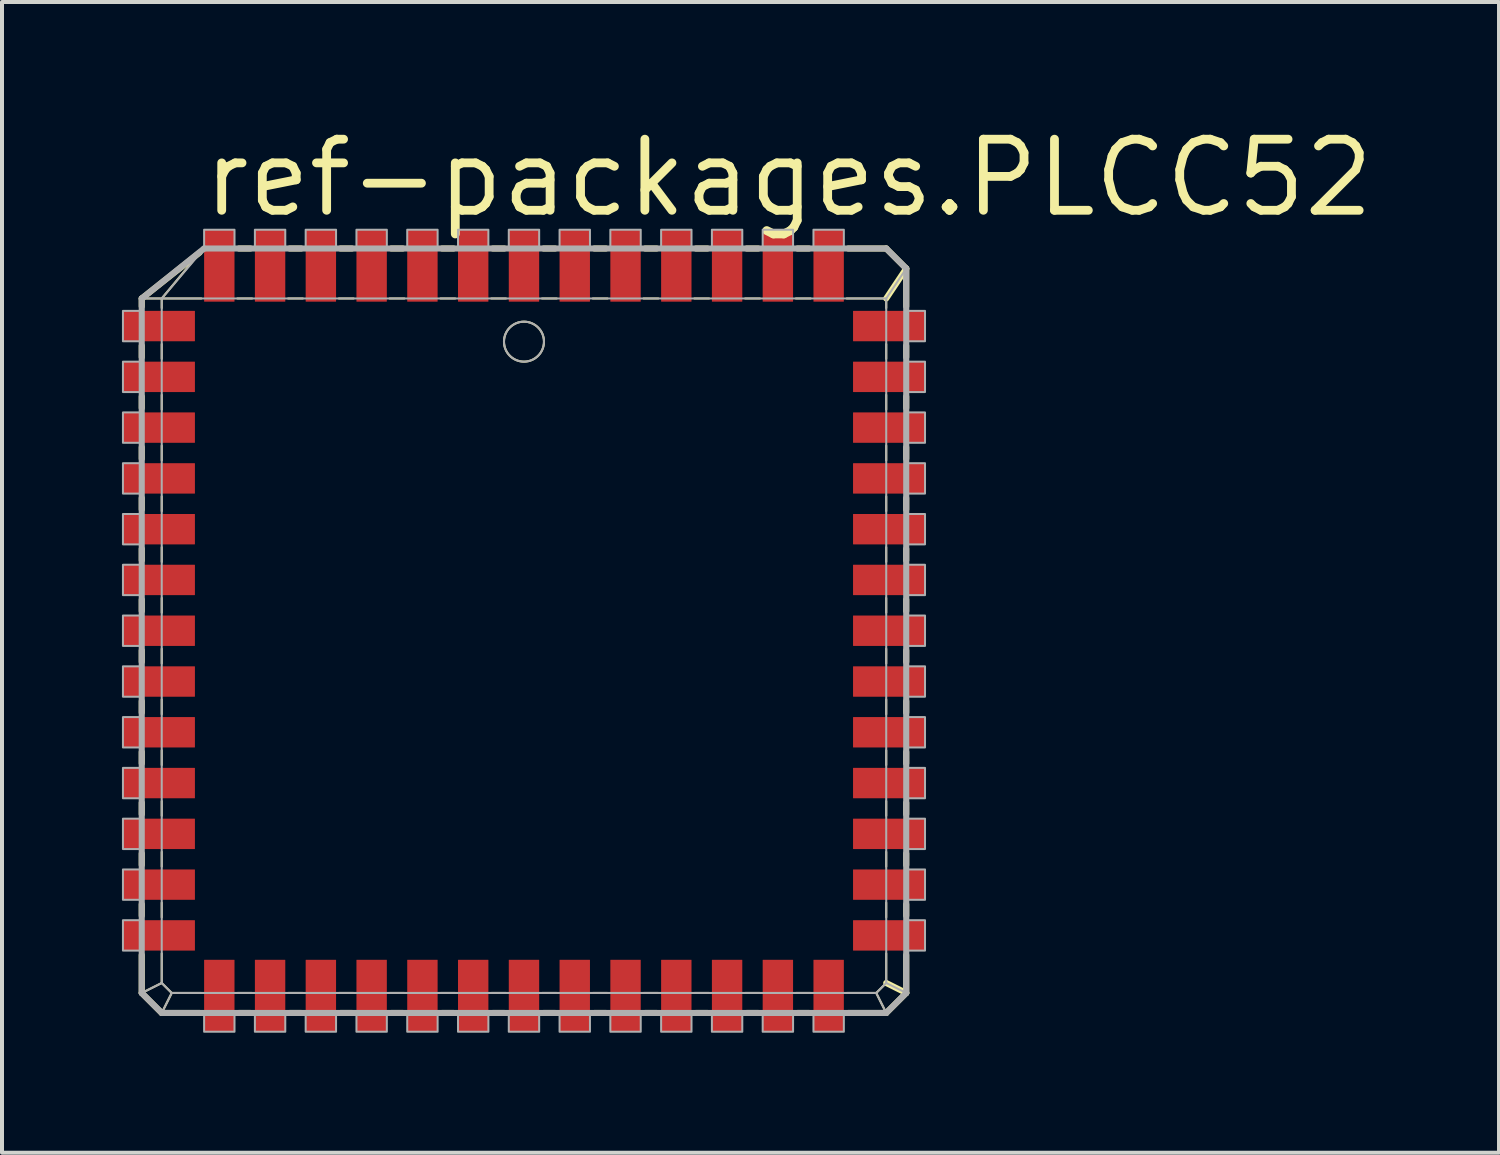
<source format=kicad_pcb>
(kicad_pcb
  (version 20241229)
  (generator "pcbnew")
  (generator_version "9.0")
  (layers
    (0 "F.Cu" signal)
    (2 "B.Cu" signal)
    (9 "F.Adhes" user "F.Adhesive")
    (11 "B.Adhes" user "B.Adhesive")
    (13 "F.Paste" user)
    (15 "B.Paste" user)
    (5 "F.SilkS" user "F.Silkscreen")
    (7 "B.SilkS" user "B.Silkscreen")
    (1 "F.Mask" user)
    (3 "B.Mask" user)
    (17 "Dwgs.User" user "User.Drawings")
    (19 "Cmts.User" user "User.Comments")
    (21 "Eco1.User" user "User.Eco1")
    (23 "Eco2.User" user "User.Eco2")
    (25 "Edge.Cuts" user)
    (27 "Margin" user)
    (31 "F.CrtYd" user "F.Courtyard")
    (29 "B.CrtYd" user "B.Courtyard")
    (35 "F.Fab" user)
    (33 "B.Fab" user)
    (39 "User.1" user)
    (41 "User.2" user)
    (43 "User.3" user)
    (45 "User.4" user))
  (footprint "ref-packages.PLCC52"
    (layer "F.Cu")
    (at 10.055 12.725)
    (property "Reference" "ref-packages.PLCC52" (at -8.128 -10.287 0) (layer "F.SilkS") (effects (font (size 1.778 1.778) (thickness 0.22)) (justify left bottom)))
    (attr smd)
    (fp_line (start -9.56 -8.31) (end -9.06 -8.31) (stroke (width 0.051) (type default)) (layer "F.SilkS"))
    (fp_line (start -9.56 -8.31) (end -8.111 -9.459) (stroke (width 0.152) (type default)) (layer "F.SilkS"))
    (fp_line (start -9.56 -8.111) (end -9.56 -8.31) (stroke (width 0.152) (type default)) (layer "F.SilkS"))
    (fp_line (start -9.56 -6.841) (end -9.56 -7.129) (stroke (width 0.152) (type default)) (layer "F.SilkS"))
    (fp_line (start -9.56 -5.571) (end -9.56 -5.859) (stroke (width 0.152) (type default)) (layer "F.SilkS"))
    (fp_line (start -9.56 -4.301) (end -9.56 -4.589) (stroke (width 0.152) (type default)) (layer "F.SilkS"))
    (fp_line (start -9.56 -3.031) (end -9.56 -3.319) (stroke (width 0.152) (type default)) (layer "F.SilkS"))
    (fp_line (start -9.56 -1.761) (end -9.56 -2.049) (stroke (width 0.152) (type default)) (layer "F.SilkS"))
    (fp_line (start -9.56 -0.491) (end -9.56 -0.779) (stroke (width 0.152) (type default)) (layer "F.SilkS"))
    (fp_line (start -9.56 0.779) (end -9.56 0.491) (stroke (width 0.152) (type default)) (layer "F.SilkS"))
    (fp_line (start -9.56 2.049) (end -9.56 1.761) (stroke (width 0.152) (type default)) (layer "F.SilkS"))
    (fp_line (start -9.56 3.319) (end -9.56 3.031) (stroke (width 0.152) (type default)) (layer "F.SilkS"))
    (fp_line (start -9.56 4.589) (end -9.56 4.301) (stroke (width 0.152) (type default)) (layer "F.SilkS"))
    (fp_line (start -9.56 5.859) (end -9.56 5.571) (stroke (width 0.152) (type default)) (layer "F.SilkS"))
    (fp_line (start -9.56 7.129) (end -9.56 6.841) (stroke (width 0.152) (type default)) (layer "F.SilkS"))
    (fp_line (start -9.56 9.06) (end -9.56 8.111) (stroke (width 0.152) (type default)) (layer "F.SilkS"))
    (fp_line (start -9.56 9.06) (end -9.06 8.81) (stroke (width 0.051) (type default)) (layer "F.SilkS"))
    (fp_line (start -9.06 -8.31) (end -8.122 -9.438) (stroke (width 0.051) (type default)) (layer "F.SilkS"))
    (fp_line (start -9.06 -8.31) (end -8.071 -8.31) (stroke (width 0.051) (type default)) (layer "F.SilkS"))
    (fp_line (start -9.06 -8.071) (end -9.06 -8.31) (stroke (width 0.051) (type default)) (layer "F.SilkS"))
    (fp_line (start -9.06 -6.801) (end -9.06 -7.169) (stroke (width 0.051) (type default)) (layer "F.SilkS"))
    (fp_line (start -9.06 -5.531) (end -9.06 -5.899) (stroke (width 0.051) (type default)) (layer "F.SilkS"))
    (fp_line (start -9.06 -4.261) (end -9.06 -4.629) (stroke (width 0.051) (type default)) (layer "F.SilkS"))
    (fp_line (start -9.06 -2.991) (end -9.06 -3.359) (stroke (width 0.051) (type default)) (layer "F.SilkS"))
    (fp_line (start -9.06 -1.721) (end -9.06 -2.089) (stroke (width 0.051) (type default)) (layer "F.SilkS"))
    (fp_line (start -9.06 -0.451) (end -9.06 -0.819) (stroke (width 0.051) (type default)) (layer "F.SilkS"))
    (fp_line (start -9.06 0.819) (end -9.06 0.451) (stroke (width 0.051) (type default)) (layer "F.SilkS"))
    (fp_line (start -9.06 2.089) (end -9.06 1.721) (stroke (width 0.051) (type default)) (layer "F.SilkS"))
    (fp_line (start -9.06 3.359) (end -9.06 2.991) (stroke (width 0.051) (type default)) (layer "F.SilkS"))
    (fp_line (start -9.06 4.629) (end -9.06 4.261) (stroke (width 0.051) (type default)) (layer "F.SilkS"))
    (fp_line (start -9.06 5.899) (end -9.06 5.531) (stroke (width 0.051) (type default)) (layer "F.SilkS"))
    (fp_line (start -9.06 7.169) (end -9.06 6.801) (stroke (width 0.051) (type default)) (layer "F.SilkS"))
    (fp_line (start -9.06 8.81) (end -9.06 8.071) (stroke (width 0.051) (type default)) (layer "F.SilkS"))
    (fp_line (start -9.06 9.56) (end -9.56 9.06) (stroke (width 0.152) (type default)) (layer "F.SilkS"))
    (fp_line (start -9.06 9.56) (end -8.81 9.06) (stroke (width 0.051) (type default)) (layer "F.SilkS"))
    (fp_line (start -8.81 9.06) (end -9.06 8.81) (stroke (width 0.051) (type default)) (layer "F.SilkS"))
    (fp_line (start -8.111 9.56) (end -9.06 9.56) (stroke (width 0.152) (type default)) (layer "F.SilkS"))
    (fp_line (start -8.071 9.06) (end -8.81 9.06) (stroke (width 0.051) (type default)) (layer "F.SilkS"))
    (fp_line (start -7.169 -8.31) (end -6.801 -8.31) (stroke (width 0.051) (type default)) (layer "F.SilkS"))
    (fp_line (start -7.129 -9.56) (end -6.841 -9.56) (stroke (width 0.152) (type default)) (layer "F.SilkS"))
    (fp_line (start -6.841 9.56) (end -7.129 9.56) (stroke (width 0.152) (type default)) (layer "F.SilkS"))
    (fp_line (start -6.801 9.06) (end -7.169 9.06) (stroke (width 0.051) (type default)) (layer "F.SilkS"))
    (fp_line (start -5.899 -8.31) (end -5.531 -8.31) (stroke (width 0.051) (type default)) (layer "F.SilkS"))
    (fp_line (start -5.859 -9.56) (end -5.571 -9.56) (stroke (width 0.152) (type default)) (layer "F.SilkS"))
    (fp_line (start -5.571 9.56) (end -5.859 9.56) (stroke (width 0.152) (type default)) (layer "F.SilkS"))
    (fp_line (start -5.531 9.06) (end -5.899 9.06) (stroke (width 0.051) (type default)) (layer "F.SilkS"))
    (fp_line (start -4.629 -8.31) (end -4.261 -8.31) (stroke (width 0.051) (type default)) (layer "F.SilkS"))
    (fp_line (start -4.589 -9.56) (end -4.301 -9.56) (stroke (width 0.152) (type default)) (layer "F.SilkS"))
    (fp_line (start -4.301 9.56) (end -4.589 9.56) (stroke (width 0.152) (type default)) (layer "F.SilkS"))
    (fp_line (start -4.261 9.06) (end -4.629 9.06) (stroke (width 0.051) (type default)) (layer "F.SilkS"))
    (fp_line (start -3.359 -8.31) (end -2.991 -8.31) (stroke (width 0.051) (type default)) (layer "F.SilkS"))
    (fp_line (start -3.319 -9.56) (end -3.031 -9.56) (stroke (width 0.152) (type default)) (layer "F.SilkS"))
    (fp_line (start -3.031 9.56) (end -3.319 9.56) (stroke (width 0.152) (type default)) (layer "F.SilkS"))
    (fp_line (start -2.991 9.06) (end -3.359 9.06) (stroke (width 0.051) (type default)) (layer "F.SilkS"))
    (fp_line (start -2.089 -8.31) (end -1.721 -8.31) (stroke (width 0.051) (type default)) (layer "F.SilkS"))
    (fp_line (start -2.049 -9.56) (end -1.761 -9.56) (stroke (width 0.152) (type default)) (layer "F.SilkS"))
    (fp_line (start -1.761 9.56) (end -2.049 9.56) (stroke (width 0.152) (type default)) (layer "F.SilkS"))
    (fp_line (start -1.721 9.06) (end -2.089 9.06) (stroke (width 0.051) (type default)) (layer "F.SilkS"))
    (fp_line (start -0.819 -8.31) (end -0.451 -8.31) (stroke (width 0.051) (type default)) (layer "F.SilkS"))
    (fp_line (start -0.779 -9.56) (end -0.491 -9.56) (stroke (width 0.152) (type default)) (layer "F.SilkS"))
    (fp_line (start -0.491 9.56) (end -0.779 9.56) (stroke (width 0.152) (type default)) (layer "F.SilkS"))
    (fp_line (start -0.451 9.06) (end -0.819 9.06) (stroke (width 0.051) (type default)) (layer "F.SilkS"))
    (fp_line (start 0.451 -8.31) (end 0.819 -8.31) (stroke (width 0.051) (type default)) (layer "F.SilkS"))
    (fp_line (start 0.491 -9.56) (end 0.779 -9.56) (stroke (width 0.152) (type default)) (layer "F.SilkS"))
    (fp_line (start 0.779 9.56) (end 0.491 9.56) (stroke (width 0.152) (type default)) (layer "F.SilkS"))
    (fp_line (start 0.819 9.06) (end 0.451 9.06) (stroke (width 0.051) (type default)) (layer "F.SilkS"))
    (fp_line (start 1.721 -8.31) (end 2.089 -8.31) (stroke (width 0.051) (type default)) (layer "F.SilkS"))
    (fp_line (start 1.761 -9.56) (end 2.049 -9.56) (stroke (width 0.152) (type default)) (layer "F.SilkS"))
    (fp_line (start 2.049 9.56) (end 1.761 9.56) (stroke (width 0.152) (type default)) (layer "F.SilkS"))
    (fp_line (start 2.089 9.06) (end 1.721 9.06) (stroke (width 0.051) (type default)) (layer "F.SilkS"))
    (fp_line (start 2.991 -8.31) (end 3.359 -8.31) (stroke (width 0.051) (type default)) (layer "F.SilkS"))
    (fp_line (start 3.031 -9.56) (end 3.319 -9.56) (stroke (width 0.152) (type default)) (layer "F.SilkS"))
    (fp_line (start 3.319 9.56) (end 3.031 9.56) (stroke (width 0.152) (type default)) (layer "F.SilkS"))
    (fp_line (start 3.359 9.06) (end 2.991 9.06) (stroke (width 0.051) (type default)) (layer "F.SilkS"))
    (fp_line (start 4.261 -8.31) (end 4.629 -8.31) (stroke (width 0.051) (type default)) (layer "F.SilkS"))
    (fp_line (start 4.301 -9.56) (end 4.589 -9.56) (stroke (width 0.152) (type default)) (layer "F.SilkS"))
    (fp_line (start 4.589 9.56) (end 4.301 9.56) (stroke (width 0.152) (type default)) (layer "F.SilkS"))
    (fp_line (start 4.629 9.06) (end 4.261 9.06) (stroke (width 0.051) (type default)) (layer "F.SilkS"))
    (fp_line (start 5.531 -8.31) (end 5.899 -8.31) (stroke (width 0.051) (type default)) (layer "F.SilkS"))
    (fp_line (start 5.571 -9.56) (end 5.859 -9.56) (stroke (width 0.152) (type default)) (layer "F.SilkS"))
    (fp_line (start 5.859 9.56) (end 5.571 9.56) (stroke (width 0.152) (type default)) (layer "F.SilkS"))
    (fp_line (start 5.899 9.06) (end 5.531 9.06) (stroke (width 0.051) (type default)) (layer "F.SilkS"))
    (fp_line (start 6.801 -8.31) (end 7.169 -8.31) (stroke (width 0.051) (type default)) (layer "F.SilkS"))
    (fp_line (start 6.841 -9.56) (end 7.129 -9.56) (stroke (width 0.152) (type default)) (layer "F.SilkS"))
    (fp_line (start 7.129 9.56) (end 6.841 9.56) (stroke (width 0.152) (type default)) (layer "F.SilkS"))
    (fp_line (start 7.169 9.06) (end 6.801 9.06) (stroke (width 0.051) (type default)) (layer "F.SilkS"))
    (fp_line (start 8.071 -8.31) (end 9.06 -8.31) (stroke (width 0.051) (type default)) (layer "F.SilkS"))
    (fp_line (start 8.111 -9.56) (end 9.06 -9.56) (stroke (width 0.152) (type default)) (layer "F.SilkS"))
    (fp_line (start 8.81 9.06) (end 8.071 9.06) (stroke (width 0.051) (type default)) (layer "F.SilkS"))
    (fp_line (start 8.81 9.06) (end 9.06 9.56) (stroke (width 0.051) (type default)) (layer "F.SilkS"))
    (fp_line (start 9.06 -9.56) (end 9.56 -9.06) (stroke (width 0.152) (type default)) (layer "F.SilkS"))
    (fp_line (start 9.06 -8.31) (end 9.06 -8.071) (stroke (width 0.051) (type default)) (layer "F.SilkS"))
    (fp_line (start 9.06 -7.169) (end 9.06 -6.801) (stroke (width 0.051) (type default)) (layer "F.SilkS"))
    (fp_line (start 9.06 -5.899) (end 9.06 -5.531) (stroke (width 0.051) (type default)) (layer "F.SilkS"))
    (fp_line (start 9.06 -4.629) (end 9.06 -4.261) (stroke (width 0.051) (type default)) (layer "F.SilkS"))
    (fp_line (start 9.06 -3.359) (end 9.06 -2.991) (stroke (width 0.051) (type default)) (layer "F.SilkS"))
    (fp_line (start 9.06 -2.089) (end 9.06 -1.721) (stroke (width 0.051) (type default)) (layer "F.SilkS"))
    (fp_line (start 9.06 -0.819) (end 9.06 -0.451) (stroke (width 0.051) (type default)) (layer "F.SilkS"))
    (fp_line (start 9.06 0.451) (end 9.06 0.819) (stroke (width 0.051) (type default)) (layer "F.SilkS"))
    (fp_line (start 9.06 1.721) (end 9.06 2.089) (stroke (width 0.051) (type default)) (layer "F.SilkS"))
    (fp_line (start 9.06 2.991) (end 9.06 3.359) (stroke (width 0.051) (type default)) (layer "F.SilkS"))
    (fp_line (start 9.06 4.261) (end 9.06 4.629) (stroke (width 0.051) (type default)) (layer "F.SilkS"))
    (fp_line (start 9.06 5.531) (end 9.06 5.899) (stroke (width 0.051) (type default)) (layer "F.SilkS"))
    (fp_line (start 9.06 6.801) (end 9.06 7.169) (stroke (width 0.051) (type default)) (layer "F.SilkS"))
    (fp_line (start 9.06 8.071) (end 9.06 8.81) (stroke (width 0.051) (type default)) (layer "F.SilkS"))
    (fp_line (start 9.06 8.81) (end 8.81 9.06) (stroke (width 0.051) (type default)) (layer "F.SilkS"))
    (fp_line (start 9.06 8.81) (end 9.56 9.06) (stroke (width 0.152) (type default)) (layer "F.SilkS"))
    (fp_line (start 9.06 9.56) (end 8.111 9.56) (stroke (width 0.152) (type default)) (layer "F.SilkS"))
    (fp_line (start 9.56 -9.06) (end 9.06 -8.31) (stroke (width 0.152) (type default)) (layer "F.SilkS"))
    (fp_line (start 9.56 -9.06) (end 9.56 -8.111) (stroke (width 0.152) (type default)) (layer "F.SilkS"))
    (fp_line (start 9.56 -7.129) (end 9.56 -6.841) (stroke (width 0.152) (type default)) (layer "F.SilkS"))
    (fp_line (start 9.56 -5.859) (end 9.56 -5.571) (stroke (width 0.152) (type default)) (layer "F.SilkS"))
    (fp_line (start 9.56 -4.589) (end 9.56 -4.301) (stroke (width 0.152) (type default)) (layer "F.SilkS"))
    (fp_line (start 9.56 -3.319) (end 9.56 -3.031) (stroke (width 0.152) (type default)) (layer "F.SilkS"))
    (fp_line (start 9.56 -2.049) (end 9.56 -1.761) (stroke (width 0.152) (type default)) (layer "F.SilkS"))
    (fp_line (start 9.56 -0.779) (end 9.56 -0.491) (stroke (width 0.152) (type default)) (layer "F.SilkS"))
    (fp_line (start 9.56 0.491) (end 9.56 0.779) (stroke (width 0.152) (type default)) (layer "F.SilkS"))
    (fp_line (start 9.56 1.761) (end 9.56 2.049) (stroke (width 0.152) (type default)) (layer "F.SilkS"))
    (fp_line (start 9.56 3.031) (end 9.56 3.319) (stroke (width 0.152) (type default)) (layer "F.SilkS"))
    (fp_line (start 9.56 4.301) (end 9.56 4.589) (stroke (width 0.152) (type default)) (layer "F.SilkS"))
    (fp_line (start 9.56 5.571) (end 9.56 5.859) (stroke (width 0.152) (type default)) (layer "F.SilkS"))
    (fp_line (start 9.56 6.841) (end 9.56 7.129) (stroke (width 0.152) (type default)) (layer "F.SilkS"))
    (fp_line (start 9.56 8.111) (end 9.56 9.06) (stroke (width 0.152) (type default)) (layer "F.SilkS"))
    (fp_line (start 9.56 9.06) (end 9.06 9.56) (stroke (width 0.152) (type default)) (layer "F.SilkS"))
    (fp_circle (center 0 -7.23) (end 0.5 -7.23) (stroke (width 0.051) (type default)) (fill no) (layer "F.SilkS"))
    (fp_line (start -9.56 -8.31) (end -9.06 -8.31) (stroke (width 0.051) (type default)) (layer "F.Fab"))
    (fp_line (start -9.56 -8.31) (end -8 -9.56) (stroke (width 0.152) (type default)) (layer "F.Fab"))
    (fp_line (start -9.56 9.06) (end -9.56 -8.31) (stroke (width 0.152) (type default)) (layer "F.Fab"))
    (fp_line (start -9.56 9.06) (end -9.06 8.81) (stroke (width 0.051) (type default)) (layer "F.Fab"))
    (fp_line (start -9.06 -8.31) (end -8 -9.56) (stroke (width 0.051) (type default)) (layer "F.Fab"))
    (fp_line (start -9.06 -8.31) (end 9.06 -8.31) (stroke (width 0.051) (type default)) (layer "F.Fab"))
    (fp_line (start -9.06 8.81) (end -9.06 -8.31) (stroke (width 0.051) (type default)) (layer "F.Fab"))
    (fp_line (start -9.06 9.56) (end -9.56 9.06) (stroke (width 0.152) (type default)) (layer "F.Fab"))
    (fp_line (start -9.06 9.56) (end -8.81 9.06) (stroke (width 0.051) (type default)) (layer "F.Fab"))
    (fp_line (start -8.81 9.06) (end -9.06 8.81) (stroke (width 0.051) (type default)) (layer "F.Fab"))
    (fp_line (start -8 -9.56) (end 9.06 -9.56) (stroke (width 0.152) (type default)) (layer "F.Fab"))
    (fp_line (start 8.81 9.06) (end -8.81 9.06) (stroke (width 0.051) (type default)) (layer "F.Fab"))
    (fp_line (start 8.81 9.06) (end 9.06 9.56) (stroke (width 0.051) (type default)) (layer "F.Fab"))
    (fp_line (start 9.06 -9.56) (end 9.56 -9.06) (stroke (width 0.152) (type default)) (layer "F.Fab"))
    (fp_line (start 9.06 -8.31) (end 9.06 8.81) (stroke (width 0.051) (type default)) (layer "F.Fab"))
    (fp_line (start 9.06 8.81) (end 8.81 9.06) (stroke (width 0.051) (type default)) (layer "F.Fab"))
    (fp_line (start 9.06 8.81) (end 9.56 9.06) (stroke (width 0.051) (type default)) (layer "F.Fab"))
    (fp_line (start 9.06 9.56) (end -9.06 9.56) (stroke (width 0.152) (type default)) (layer "F.Fab"))
    (fp_line (start 9.56 -9.06) (end 9.06 -8.31) (stroke (width 0.051) (type default)) (layer "F.Fab"))
    (fp_line (start 9.56 -9.06) (end 9.56 9.06) (stroke (width 0.152) (type default)) (layer "F.Fab"))
    (fp_line (start 9.56 9.06) (end 9.06 9.56) (stroke (width 0.152) (type default)) (layer "F.Fab"))
    (fp_rect (start -10.03 -7.24) (end -9.56 -8) (stroke (width 0.05) (type default)) (fill no) (layer "F.Fab"))
    (fp_rect (start -10.03 -5.97) (end -9.56 -6.73) (stroke (width 0.05) (type default)) (fill no) (layer "F.Fab"))
    (fp_rect (start -10.03 -4.7) (end -9.56 -5.46) (stroke (width 0.05) (type default)) (fill no) (layer "F.Fab"))
    (fp_rect (start -10.03 -3.43) (end -9.56 -4.19) (stroke (width 0.05) (type default)) (fill no) (layer "F.Fab"))
    (fp_rect (start -10.03 -2.16) (end -9.56 -2.92) (stroke (width 0.05) (type default)) (fill no) (layer "F.Fab"))
    (fp_rect (start -10.03 -0.89) (end -9.56 -1.65) (stroke (width 0.05) (type default)) (fill no) (layer "F.Fab"))
    (fp_rect (start -10.03 0.38) (end -9.56 -0.38) (stroke (width 0.05) (type default)) (fill no) (layer "F.Fab"))
    (fp_rect (start -10.03 1.65) (end -9.56 0.89) (stroke (width 0.05) (type default)) (fill no) (layer "F.Fab"))
    (fp_rect (start -10.03 2.92) (end -9.56 2.16) (stroke (width 0.05) (type default)) (fill no) (layer "F.Fab"))
    (fp_rect (start -10.03 4.19) (end -9.56 3.43) (stroke (width 0.05) (type default)) (fill no) (layer "F.Fab"))
    (fp_rect (start -10.03 5.46) (end -9.56 4.7) (stroke (width 0.05) (type default)) (fill no) (layer "F.Fab"))
    (fp_rect (start -10.03 6.73) (end -9.56 5.97) (stroke (width 0.05) (type default)) (fill no) (layer "F.Fab"))
    (fp_rect (start -10.03 8) (end -9.56 7.24) (stroke (width 0.05) (type default)) (fill no) (layer "F.Fab"))
    (fp_rect (start -8 -9.56) (end -7.24 -10.03) (stroke (width 0.05) (type default)) (fill no) (layer "F.Fab"))
    (fp_rect (start -8 10.03) (end -7.24 9.56) (stroke (width 0.05) (type default)) (fill no) (layer "F.Fab"))
    (fp_rect (start -6.73 -9.56) (end -5.97 -10.03) (stroke (width 0.05) (type default)) (fill no) (layer "F.Fab"))
    (fp_rect (start -6.73 10.03) (end -5.97 9.56) (stroke (width 0.05) (type default)) (fill no) (layer "F.Fab"))
    (fp_rect (start -5.46 -9.56) (end -4.7 -10.03) (stroke (width 0.05) (type default)) (fill no) (layer "F.Fab"))
    (fp_rect (start -5.46 10.03) (end -4.7 9.56) (stroke (width 0.05) (type default)) (fill no) (layer "F.Fab"))
    (fp_rect (start -4.19 -9.56) (end -3.43 -10.03) (stroke (width 0.05) (type default)) (fill no) (layer "F.Fab"))
    (fp_rect (start -4.19 10.03) (end -3.43 9.56) (stroke (width 0.05) (type default)) (fill no) (layer "F.Fab"))
    (fp_rect (start -2.92 -9.56) (end -2.16 -10.03) (stroke (width 0.05) (type default)) (fill no) (layer "F.Fab"))
    (fp_rect (start -2.92 10.03) (end -2.16 9.56) (stroke (width 0.05) (type default)) (fill no) (layer "F.Fab"))
    (fp_rect (start -1.65 -9.56) (end -0.89 -10.03) (stroke (width 0.05) (type default)) (fill no) (layer "F.Fab"))
    (fp_rect (start -1.65 10.03) (end -0.89 9.56) (stroke (width 0.05) (type default)) (fill no) (layer "F.Fab"))
    (fp_rect (start -0.38 -9.56) (end 0.38 -10.03) (stroke (width 0.05) (type default)) (fill no) (layer "F.Fab"))
    (fp_rect (start -0.38 10.03) (end 0.38 9.56) (stroke (width 0.05) (type default)) (fill no) (layer "F.Fab"))
    (fp_rect (start 0.89 -9.56) (end 1.65 -10.03) (stroke (width 0.05) (type default)) (fill no) (layer "F.Fab"))
    (fp_rect (start 0.89 10.03) (end 1.65 9.56) (stroke (width 0.05) (type default)) (fill no) (layer "F.Fab"))
    (fp_rect (start 2.16 -9.56) (end 2.92 -10.03) (stroke (width 0.05) (type default)) (fill no) (layer "F.Fab"))
    (fp_rect (start 2.16 10.03) (end 2.92 9.56) (stroke (width 0.05) (type default)) (fill no) (layer "F.Fab"))
    (fp_rect (start 3.43 -9.56) (end 4.19 -10.03) (stroke (width 0.05) (type default)) (fill no) (layer "F.Fab"))
    (fp_rect (start 3.43 10.03) (end 4.19 9.56) (stroke (width 0.05) (type default)) (fill no) (layer "F.Fab"))
    (fp_rect (start 4.7 -9.56) (end 5.46 -10.03) (stroke (width 0.05) (type default)) (fill no) (layer "F.Fab"))
    (fp_rect (start 4.7 10.03) (end 5.46 9.56) (stroke (width 0.05) (type default)) (fill no) (layer "F.Fab"))
    (fp_rect (start 5.97 -9.56) (end 6.73 -10.03) (stroke (width 0.05) (type default)) (fill no) (layer "F.Fab"))
    (fp_rect (start 5.97 10.03) (end 6.73 9.56) (stroke (width 0.05) (type default)) (fill no) (layer "F.Fab"))
    (fp_rect (start 7.24 -9.56) (end 8 -10.03) (stroke (width 0.05) (type default)) (fill no) (layer "F.Fab"))
    (fp_rect (start 7.24 10.03) (end 8 9.56) (stroke (width 0.05) (type default)) (fill no) (layer "F.Fab"))
    (fp_rect (start 9.56 -7.24) (end 10.03 -8) (stroke (width 0.05) (type default)) (fill no) (layer "F.Fab"))
    (fp_rect (start 9.56 -5.97) (end 10.03 -6.73) (stroke (width 0.05) (type default)) (fill no) (layer "F.Fab"))
    (fp_rect (start 9.56 -4.7) (end 10.03 -5.46) (stroke (width 0.05) (type default)) (fill no) (layer "F.Fab"))
    (fp_rect (start 9.56 -3.43) (end 10.03 -4.19) (stroke (width 0.05) (type default)) (fill no) (layer "F.Fab"))
    (fp_rect (start 9.56 -2.16) (end 10.03 -2.92) (stroke (width 0.05) (type default)) (fill no) (layer "F.Fab"))
    (fp_rect (start 9.56 -0.89) (end 10.03 -1.65) (stroke (width 0.05) (type default)) (fill no) (layer "F.Fab"))
    (fp_rect (start 9.56 0.38) (end 10.03 -0.38) (stroke (width 0.05) (type default)) (fill no) (layer "F.Fab"))
    (fp_rect (start 9.56 1.65) (end 10.03 0.89) (stroke (width 0.05) (type default)) (fill no) (layer "F.Fab"))
    (fp_rect (start 9.56 2.92) (end 10.03 2.16) (stroke (width 0.05) (type default)) (fill no) (layer "F.Fab"))
    (fp_rect (start 9.56 4.19) (end 10.03 3.43) (stroke (width 0.05) (type default)) (fill no) (layer "F.Fab"))
    (fp_rect (start 9.56 5.46) (end 10.03 4.7) (stroke (width 0.05) (type default)) (fill no) (layer "F.Fab"))
    (fp_rect (start 9.56 6.73) (end 10.03 5.97) (stroke (width 0.05) (type default)) (fill no) (layer "F.Fab"))
    (fp_rect (start 9.56 8) (end 10.03 7.24) (stroke (width 0.05) (type default)) (fill no) (layer "F.Fab"))
    (fp_circle (center 0 -7.23) (end 0.5 -7.23) (stroke (width 0.051) (type default)) (fill no) (layer "F.Fab"))
    (pad "1" smd roundrect (at 0 -9.13) (size 0.76 1.8) (layers "F.Cu" "F.Mask" "F.Paste") (roundrect_rratio 0.01))
    (pad "2" smd roundrect (at -1.27 -9.13) (size 0.76 1.8) (layers "F.Cu" "F.Mask" "F.Paste") (roundrect_rratio 0.01))
    (pad "3" smd roundrect (at -2.54 -9.13) (size 0.76 1.8) (layers "F.Cu" "F.Mask" "F.Paste") (roundrect_rratio 0.01))
    (pad "4" smd roundrect (at -3.81 -9.13) (size 0.76 1.8) (layers "F.Cu" "F.Mask" "F.Paste") (roundrect_rratio 0.01))
    (pad "5" smd roundrect (at -5.08 -9.13) (size 0.76 1.8) (layers "F.Cu" "F.Mask" "F.Paste") (roundrect_rratio 0.01))
    (pad "6" smd roundrect (at -6.35 -9.13) (size 0.76 1.8) (layers "F.Cu" "F.Mask" "F.Paste") (roundrect_rratio 0.01))
    (pad "7" smd roundrect (at -7.62 -9.13) (size 0.76 1.8) (layers "F.Cu" "F.Mask" "F.Paste") (roundrect_rratio 0.01))
    (pad "8" smd roundrect (at -9.13 -7.62) (size 1.8 0.76) (layers "F.Cu" "F.Mask" "F.Paste") (roundrect_rratio 0.01))
    (pad "9" smd roundrect (at -9.13 -6.35) (size 1.8 0.76) (layers "F.Cu" "F.Mask" "F.Paste") (roundrect_rratio 0.01))
    (pad "10" smd roundrect (at -9.13 -5.08) (size 1.8 0.76) (layers "F.Cu" "F.Mask" "F.Paste") (roundrect_rratio 0.01))
    (pad "11" smd roundrect (at -9.13 -3.81) (size 1.8 0.76) (layers "F.Cu" "F.Mask" "F.Paste") (roundrect_rratio 0.01))
    (pad "12" smd roundrect (at -9.13 -2.54) (size 1.8 0.76) (layers "F.Cu" "F.Mask" "F.Paste") (roundrect_rratio 0.01))
    (pad "13" smd roundrect (at -9.13 -1.27) (size 1.8 0.76) (layers "F.Cu" "F.Mask" "F.Paste") (roundrect_rratio 0.01))
    (pad "14" smd roundrect (at -9.13 0) (size 1.8 0.76) (layers "F.Cu" "F.Mask" "F.Paste") (roundrect_rratio 0.01))
    (pad "15" smd roundrect (at -9.13 1.27) (size 1.8 0.76) (layers "F.Cu" "F.Mask" "F.Paste") (roundrect_rratio 0.01))
    (pad "16" smd roundrect (at -9.13 2.54) (size 1.8 0.76) (layers "F.Cu" "F.Mask" "F.Paste") (roundrect_rratio 0.01))
    (pad "17" smd roundrect (at -9.13 3.81) (size 1.8 0.76) (layers "F.Cu" "F.Mask" "F.Paste") (roundrect_rratio 0.01))
    (pad "18" smd roundrect (at -9.13 5.08) (size 1.8 0.76) (layers "F.Cu" "F.Mask" "F.Paste") (roundrect_rratio 0.01))
    (pad "19" smd roundrect (at -9.13 6.35) (size 1.8 0.76) (layers "F.Cu" "F.Mask" "F.Paste") (roundrect_rratio 0.01))
    (pad "20" smd roundrect (at -9.13 7.62) (size 1.8 0.76) (layers "F.Cu" "F.Mask" "F.Paste") (roundrect_rratio 0.01))
    (pad "21" smd roundrect (at -7.62 9.13) (size 0.76 1.8) (layers "F.Cu" "F.Mask" "F.Paste") (roundrect_rratio 0.01))
    (pad "22" smd roundrect (at -6.35 9.13) (size 0.76 1.8) (layers "F.Cu" "F.Mask" "F.Paste") (roundrect_rratio 0.01))
    (pad "23" smd roundrect (at -5.08 9.13) (size 0.76 1.8) (layers "F.Cu" "F.Mask" "F.Paste") (roundrect_rratio 0.01))
    (pad "24" smd roundrect (at -3.81 9.13) (size 0.76 1.8) (layers "F.Cu" "F.Mask" "F.Paste") (roundrect_rratio 0.01))
    (pad "25" smd roundrect (at -2.54 9.13) (size 0.76 1.8) (layers "F.Cu" "F.Mask" "F.Paste") (roundrect_rratio 0.01))
    (pad "26" smd roundrect (at -1.27 9.13) (size 0.76 1.8) (layers "F.Cu" "F.Mask" "F.Paste") (roundrect_rratio 0.01))
    (pad "27" smd roundrect (at 0 9.13) (size 0.76 1.8) (layers "F.Cu" "F.Mask" "F.Paste") (roundrect_rratio 0.01))
    (pad "28" smd roundrect (at 1.27 9.13) (size 0.76 1.8) (layers "F.Cu" "F.Mask" "F.Paste") (roundrect_rratio 0.01))
    (pad "29" smd roundrect (at 2.54 9.13) (size 0.76 1.8) (layers "F.Cu" "F.Mask" "F.Paste") (roundrect_rratio 0.01))
    (pad "30" smd roundrect (at 3.81 9.13) (size 0.76 1.8) (layers "F.Cu" "F.Mask" "F.Paste") (roundrect_rratio 0.01))
    (pad "31" smd roundrect (at 5.08 9.13) (size 0.76 1.8) (layers "F.Cu" "F.Mask" "F.Paste") (roundrect_rratio 0.01))
    (pad "32" smd roundrect (at 6.35 9.13) (size 0.76 1.8) (layers "F.Cu" "F.Mask" "F.Paste") (roundrect_rratio 0.01))
    (pad "33" smd roundrect (at 7.62 9.13) (size 0.76 1.8) (layers "F.Cu" "F.Mask" "F.Paste") (roundrect_rratio 0.01))
    (pad "34" smd roundrect (at 9.13 7.62) (size 1.8 0.76) (layers "F.Cu" "F.Mask" "F.Paste") (roundrect_rratio 0.01))
    (pad "35" smd roundrect (at 9.13 6.35) (size 1.8 0.76) (layers "F.Cu" "F.Mask" "F.Paste") (roundrect_rratio 0.01))
    (pad "36" smd roundrect (at 9.13 5.08) (size 1.8 0.76) (layers "F.Cu" "F.Mask" "F.Paste") (roundrect_rratio 0.01))
    (pad "37" smd roundrect (at 9.13 3.81) (size 1.8 0.76) (layers "F.Cu" "F.Mask" "F.Paste") (roundrect_rratio 0.01))
    (pad "38" smd roundrect (at 9.13 2.54) (size 1.8 0.76) (layers "F.Cu" "F.Mask" "F.Paste") (roundrect_rratio 0.01))
    (pad "39" smd roundrect (at 9.13 1.27) (size 1.8 0.76) (layers "F.Cu" "F.Mask" "F.Paste") (roundrect_rratio 0.01))
    (pad "40" smd roundrect (at 9.13 0) (size 1.8 0.76) (layers "F.Cu" "F.Mask" "F.Paste") (roundrect_rratio 0.01))
    (pad "41" smd roundrect (at 9.13 -1.27) (size 1.8 0.76) (layers "F.Cu" "F.Mask" "F.Paste") (roundrect_rratio 0.01))
    (pad "42" smd roundrect (at 9.13 -2.54) (size 1.8 0.76) (layers "F.Cu" "F.Mask" "F.Paste") (roundrect_rratio 0.01))
    (pad "43" smd roundrect (at 9.13 -3.81) (size 1.8 0.76) (layers "F.Cu" "F.Mask" "F.Paste") (roundrect_rratio 0.01))
    (pad "44" smd roundrect (at 9.13 -5.08) (size 1.8 0.76) (layers "F.Cu" "F.Mask" "F.Paste") (roundrect_rratio 0.01))
    (pad "45" smd roundrect (at 9.13 -6.35) (size 1.8 0.76) (layers "F.Cu" "F.Mask" "F.Paste") (roundrect_rratio 0.01))
    (pad "46" smd roundrect (at 9.13 -7.62) (size 1.8 0.76) (layers "F.Cu" "F.Mask" "F.Paste") (roundrect_rratio 0.01))
    (pad "47" smd roundrect (at 7.62 -9.13) (size 0.76 1.8) (layers "F.Cu" "F.Mask" "F.Paste") (roundrect_rratio 0.01))
    (pad "48" smd roundrect (at 6.35 -9.13) (size 0.76 1.8) (layers "F.Cu" "F.Mask" "F.Paste") (roundrect_rratio 0.01))
    (pad "49" smd roundrect (at 5.08 -9.13) (size 0.76 1.8) (layers "F.Cu" "F.Mask" "F.Paste") (roundrect_rratio 0.01))
    (pad "50" smd roundrect (at 3.81 -9.13) (size 0.76 1.8) (layers "F.Cu" "F.Mask" "F.Paste") (roundrect_rratio 0.01))
    (pad "51" smd roundrect (at 2.54 -9.13) (size 0.76 1.8) (layers "F.Cu" "F.Mask" "F.Paste") (roundrect_rratio 0.01))
    (pad "52" smd roundrect (at 1.27 -9.13) (size 0.76 1.8) (layers "F.Cu" "F.Mask" "F.Paste") (roundrect_rratio 0.01)))
  (gr_rect
    (start -3 -3)
    (end 34.441 25.78)
    (stroke (width 0.1) (type default))
    (fill no)
    (layer "Edge.Cuts")))
</source>
